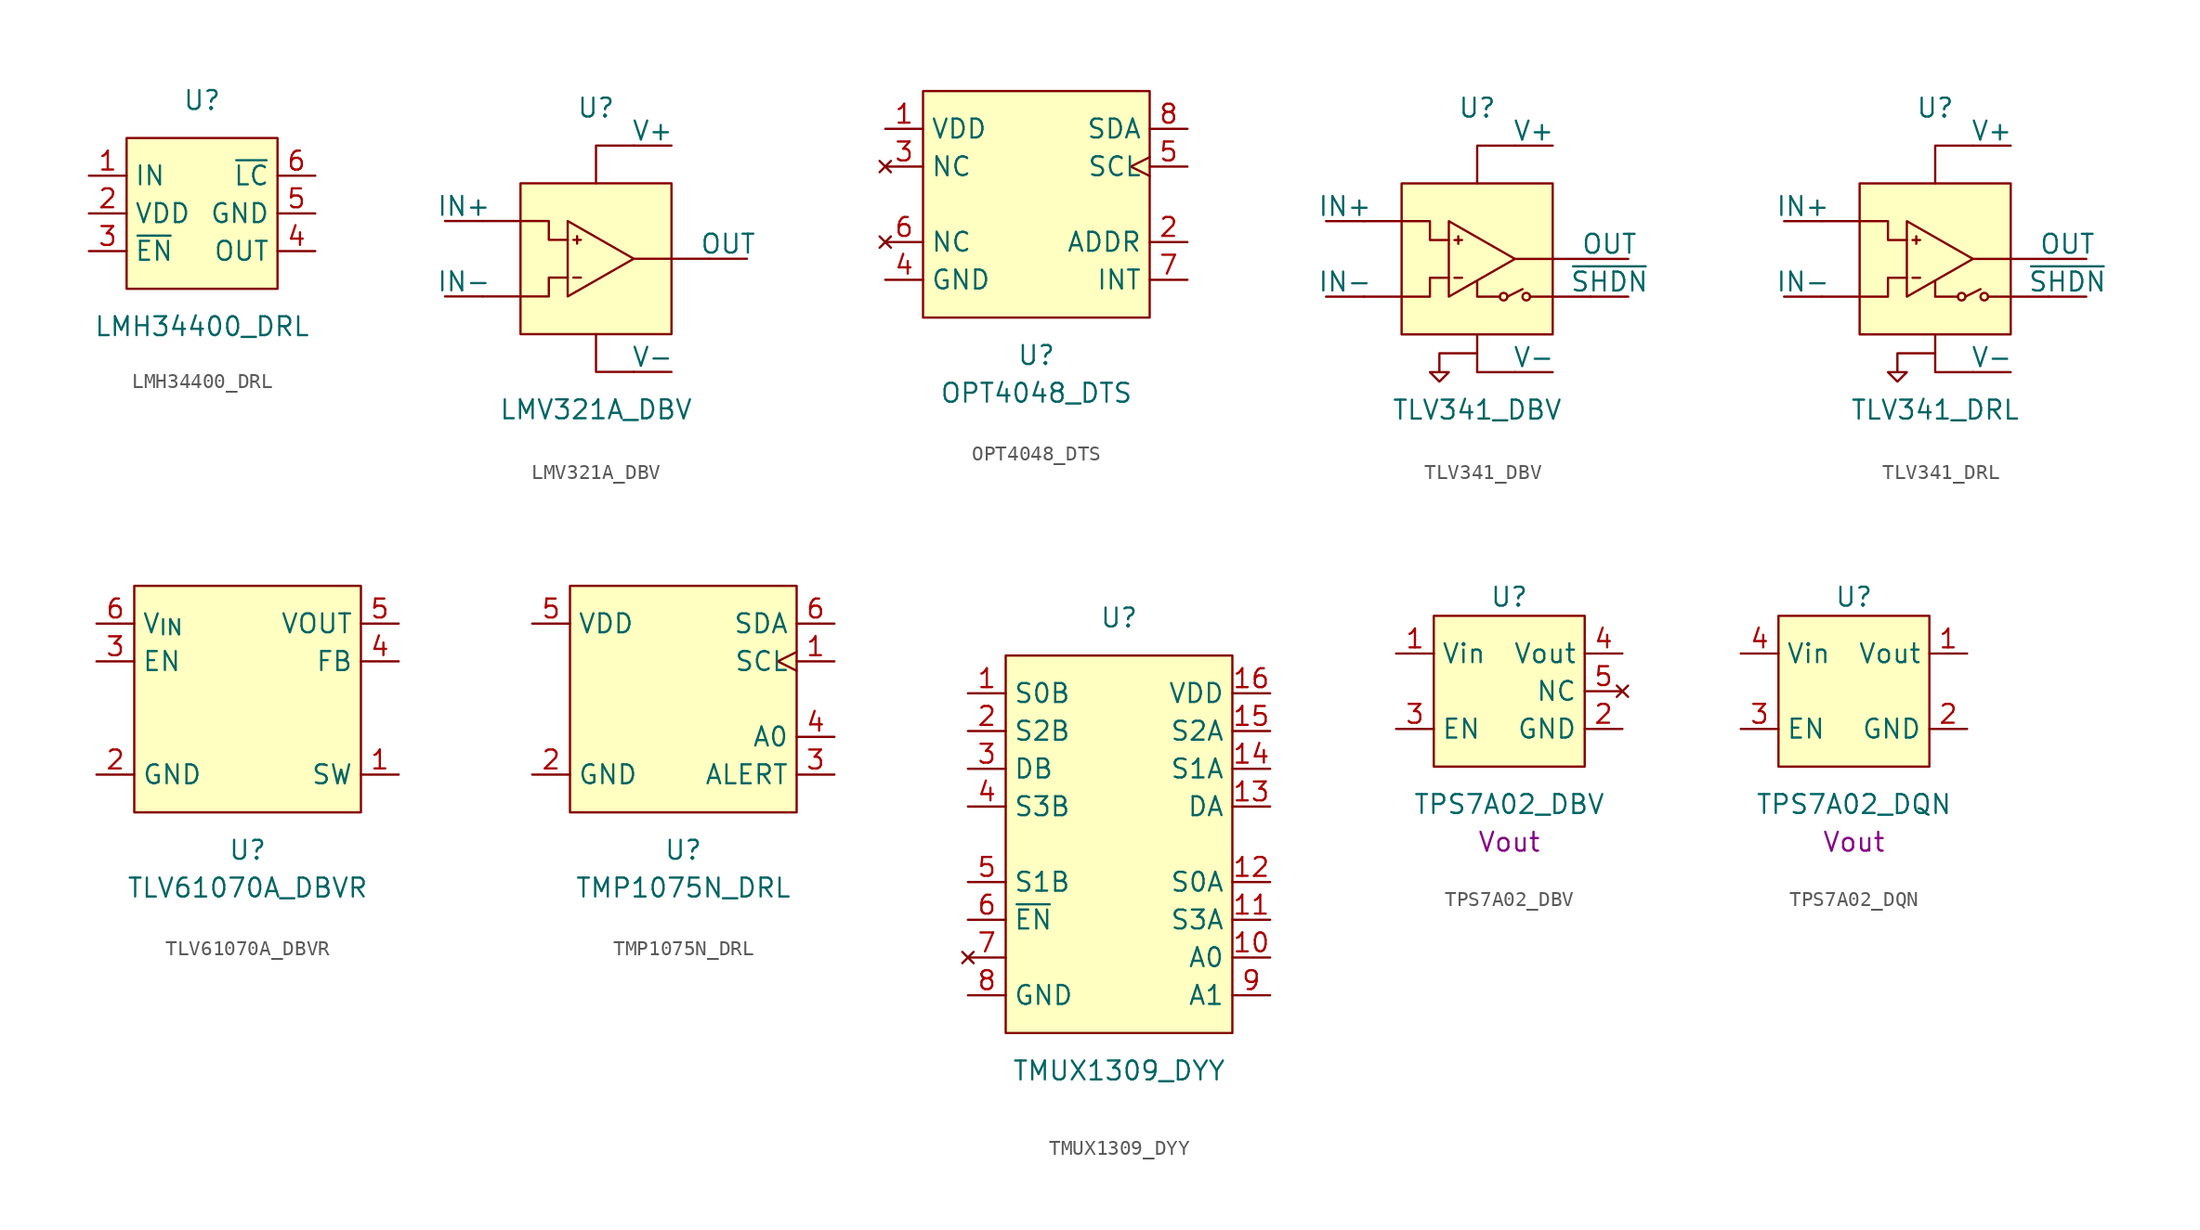
<source format=kicad_sym>
(kicad_symbol_lib
  (version 20211014)
  (generator kicad_symbol_editor)
  (symbol "LMH34400_DRL"
    (property "Reference" "U"
      (at 0 7.62 0)
      (effects (font (size 1.27 1.27))))
    (property "Value" "LMH34400_DRL"
      (at 0 -7.62 0)
      (effects (font (size 1.27 1.27))))
    (symbol "LMH34400_DRL_0_1"
      (rectangle (start -5.08 5.08) (end 5.08 -5.08) (stroke (width 0) (type default) (color 0 0 0 0)) (fill (type background))))
    (symbol "LMH34400_DRL_1_1"
      (pin input line (at -7.62 2.54 0) (length 2.54) (name "IN" (effects (font (size 1.27 1.27)))) (number "1" (effects (font (size 1.27 1.27)))))
      (pin power_in line (at -7.62 0 0) (length 2.54) (name "VDD" (effects (font (size 1.27 1.27)))) (number "2" (effects (font (size 1.27 1.27)))))
      (pin tri_state line (at -7.62 -2.54 0) (length 2.54) (name "~{EN}" (effects (font (size 1.27 1.27)))) (number "3" (effects (font (size 1.27 1.27)))))
      (pin output line (at 7.62 -2.54 180) (length 2.54) (name "OUT" (effects (font (size 1.27 1.27)))) (number "4" (effects (font (size 1.27 1.27)))))
      (pin passive line (at 7.62 0 180) (length 2.54) (name "GND" (effects (font (size 1.27 1.27)))) (number "5" (effects (font (size 1.27 1.27)))))
      (pin input line (at 7.62 2.54 180) (length 2.54) (name "~{LC}" (effects (font (size 1.27 1.27)))) (number "6" (effects (font (size 1.27 1.27)))))))
  (symbol "LMV321A_DBV"
    (pin_numbers hide)
    (pin_names
      (offset 0))
    (property "Reference" "U"
      (at 0 10.16 0)
      (effects (font (size 1.27 1.27))))
    (property "Value" "LMV321A_DBV"
      (at 0 -10.16 0)
      (effects (font (size 1.27 1.27))))
    (symbol "LMV321A_DBV_0_1"
      (rectangle (start -5.08 5.08) (end 5.08 -5.08) (stroke (width 0) (type default) (color 0 0 0 0)) (fill (type background)))
      (polyline (pts (xy -1.524 -1.27) (xy -1.016 -1.27)) (stroke (width 0) (type default) (color 0 0 0 0)) (fill (type none)))
      (polyline (pts (xy -1.524 1.27) (xy -1.016 1.27)) (stroke (width 0) (type default) (color 0 0 0 0)) (fill (type none)))
      (polyline (pts (xy -1.27 1.016) (xy -1.27 1.524)) (stroke (width 0) (type default) (color 0 0 0 0)) (fill (type none)))
      (polyline (pts (xy 2.54 0) (xy 7.62 0)) (stroke (width 0) (type default) (color 0 0 0 0)) (fill (type none)))
      (polyline (pts (xy 2.54 -7.62) (xy 0 -7.62) (xy 0 -5.08)) (stroke (width 0) (type default) (color 0 0 0 0)) (fill (type none)))
      (polyline (pts (xy 2.54 7.62) (xy 0 7.62) (xy 0 5.08)) (stroke (width 0) (type default) (color 0 0 0 0)) (fill (type none)))
      (polyline (pts (xy -7.62 -2.54) (xy -3.175 -2.54) (xy -3.175 -1.27) (xy -1.905 -1.27)) (stroke (width 0) (type default) (color 0 0 0 0)) (fill (type none)))
      (polyline (pts (xy -7.62 2.54) (xy -3.175 2.54) (xy -3.175 1.27) (xy -1.905 1.27)) (stroke (width 0) (type default) (color 0 0 0 0)) (fill (type none)))
      (polyline (pts (xy -1.905 2.54) (xy -1.905 -2.54) (xy 2.54 0) (xy -1.905 2.54)) (stroke (width 0) (type default) (color 0 0 0 0)) (fill (type none))))
    (symbol "LMV321A_DBV_1_1"
      (pin bidirectional line (at 10.16 0 180) (length 2.54) (name "OUT" (effects (font (size 1.27 1.27)))) (number "1" (effects (font (size 1.27 1.27)))))
      (pin bidirectional line (at 5.08 -7.62 180) (length 2.54) (name "V-" (effects (font (size 1.27 1.27)))) (number "2" (effects (font (size 1.27 1.27)))))
      (pin bidirectional line (at -10.16 2.54 0) (length 2.54) (name "IN+" (effects (font (size 1.27 1.27)))) (number "3" (effects (font (size 1.27 1.27)))))
      (pin bidirectional line (at -10.16 -2.54 0) (length 2.54) (name "IN-" (effects (font (size 1.27 1.27)))) (number "4" (effects (font (size 1.27 1.27)))))
      (pin bidirectional line (at 5.08 7.62 180) (length 2.54) (name "V+" (effects (font (size 1.27 1.27)))) (number "5" (effects (font (size 1.27 1.27)))))))
  (symbol "OPT4048_DTS"
    (property "Reference" "U"
      (at 0 -10.16 0)
      (effects (font (size 1.27 1.27))))
    (property "Value" "OPT4048_DTS"
      (at 0 -12.7 0)
      (effects (font (size 1.27 1.27))))
    (symbol "OPT4048_DTS_0_1"
      (rectangle (start -7.62 7.62) (end 7.62 -7.62) (stroke (width 0) (type default) (color 0 0 0 0)) (fill (type background))))
    (symbol "OPT4048_DTS_1_1"
      (pin power_in line (at -10.16 5.08 0) (length 2.54) (name "VDD" (effects (font (size 1.27 1.27)))) (number "1" (effects (font (size 1.27 1.27)))))
      (pin input line (at 10.16 -2.54 180) (length 2.54) (name "ADDR" (effects (font (size 1.27 1.27)))) (number "2" (effects (font (size 1.27 1.27)))))
      (pin no_connect line (at -10.16 2.54 0) (length 2.54) (name "NC" (effects (font (size 1.27 1.27)))) (number "3" (effects (font (size 1.27 1.27)))))
      (pin passive line (at -10.16 -5.08 0) (length 2.54) (name "GND" (effects (font (size 1.27 1.27)))) (number "4" (effects (font (size 1.27 1.27)))))
      (pin input clock (at 10.16 2.54 180) (length 2.54) (name "SCL" (effects (font (size 1.27 1.27)))) (number "5" (effects (font (size 1.27 1.27)))))
      (pin no_connect line (at -10.16 -2.54 0) (length 2.54) (name "NC" (effects (font (size 1.27 1.27)))) (number "6" (effects (font (size 1.27 1.27)))))
      (pin input line (at 10.16 -5.08 180) (length 2.54) (name "INT" (effects (font (size 1.27 1.27)))) (number "7" (effects (font (size 1.27 1.27)))))
      (pin bidirectional line (at 10.16 5.08 180) (length 2.54) (name "SDA" (effects (font (size 1.27 1.27)))) (number "8" (effects (font (size 1.27 1.27)))))))
  (symbol "TLV341_DBV"
    (pin_numbers hide)
    (pin_names
      (offset 0))
    (property "Reference" "U"
      (at 0 10.16 0)
      (effects (font (size 1.27 1.27))))
    (property "Value" "TLV341_DBV"
      (at 0 -10.16 0)
      (effects (font (size 1.27 1.27))))
    (symbol "TLV341_DBV_0_1"
      (rectangle (start -5.08 5.08) (end 5.08 -5.08) (stroke (width 0) (type default) (color 0 0 0 0)) (fill (type background)))
      (polyline (pts (xy -1.524 -1.27) (xy -1.016 -1.27)) (stroke (width 0) (type default) (color 0 0 0 0)) (fill (type none)))
      (polyline (pts (xy -1.524 1.27) (xy -1.016 1.27)) (stroke (width 0) (type default) (color 0 0 0 0)) (fill (type none)))
      (polyline (pts (xy -1.27 1.016) (xy -1.27 1.524)) (stroke (width 0) (type default) (color 0 0 0 0)) (fill (type none)))
      (polyline (pts (xy 2.032 -2.54) (xy 3.048 -2.032)) (stroke (width 0) (type default) (color 0 0 0 0)) (fill (type none)))
      (polyline (pts (xy 2.54 0) (xy 7.62 0)) (stroke (width 0) (type default) (color 0 0 0 0)) (fill (type none)))
      (polyline (pts (xy 3.556 -2.54) (xy 7.62 -2.54)) (stroke (width 0) (type default) (color 0 0 0 0)) (fill (type none)))
      (polyline (pts (xy 1.524 -2.54) (xy 0 -2.54) (xy 0 -1.524)) (stroke (width 0) (type default) (color 0 0 0 0)) (fill (type none)))
      (polyline (pts (xy 2.54 -7.62) (xy 0 -7.62) (xy 0 -5.08)) (stroke (width 0) (type default) (color 0 0 0 0)) (fill (type none)))
      (polyline (pts (xy 2.54 7.62) (xy 0 7.62) (xy 0 5.08)) (stroke (width 0) (type default) (color 0 0 0 0)) (fill (type none)))
      (polyline (pts (xy -7.62 -2.54) (xy -3.175 -2.54) (xy -3.175 -1.27) (xy -1.905 -1.27)) (stroke (width 0) (type default) (color 0 0 0 0)) (fill (type none)))
      (polyline (pts (xy -7.62 2.54) (xy -3.175 2.54) (xy -3.175 1.27) (xy -1.905 1.27)) (stroke (width 0) (type default) (color 0 0 0 0)) (fill (type none)))
      (polyline (pts (xy -1.905 2.54) (xy -1.905 -2.54) (xy 2.54 0) (xy -1.905 2.54)) (stroke (width 0) (type default) (color 0 0 0 0)) (fill (type none)))
      (polyline (pts (xy 0 -6.35) (xy -2.54 -6.35) (xy -2.54 -7.62) (xy -1.905 -7.62) (xy -2.54 -8.255) (xy -3.175 -7.62) (xy -2.54 -7.62)) (stroke (width 0) (type default) (color 0 0 0 0)) (fill (type none)))
      (circle (center 1.778 -2.54) (radius 0.254) (stroke (width 0) (type default) (color 0 0 0 0)) (fill (type none)))
      (circle (center 3.302 -2.54) (radius 0.254) (stroke (width 0) (type default) (color 0 0 0 0)) (fill (type none))))
    (symbol "TLV341_DBV_1_1"
      (pin bidirectional line (at -10.16 2.54 0) (length 2.54) (name "IN+" (effects (font (size 1.27 1.27)))) (number "1" (effects (font (size 1.27 1.27)))))
      (pin bidirectional line (at 5.08 -7.62 180) (length 2.54) (name "V-" (effects (font (size 1.27 1.27)))) (number "2" (effects (font (size 1.27 1.27)))))
      (pin bidirectional line (at -10.16 -2.54 0) (length 2.54) (name "IN-" (effects (font (size 1.27 1.27)))) (number "3" (effects (font (size 1.27 1.27)))))
      (pin bidirectional line (at 10.16 0 180) (length 2.54) (name "OUT" (effects (font (size 1.27 1.27)))) (number "4" (effects (font (size 1.27 1.27)))))
      (pin bidirectional line (at 10.16 -2.54 180) (length 2.54) (name "~{SHDN}" (effects (font (size 1.27 1.27)))) (number "5" (effects (font (size 1.27 1.27)))))
      (pin bidirectional line (at 5.08 7.62 180) (length 2.54) (name "V+" (effects (font (size 1.27 1.27)))) (number "6" (effects (font (size 1.27 1.27)))))))
  (symbol "TLV341_DRL"
    (pin_numbers hide)
    (pin_names
      (offset 0))
    (property "Reference" "U"
      (at 0 10.16 0)
      (effects (font (size 1.27 1.27))))
    (property "Value" "TLV341_DRL"
      (at 0 -10.16 0)
      (effects (font (size 1.27 1.27))))
    (symbol "TLV341_DRL_0_1"
      (rectangle (start -5.08 5.08) (end 5.08 -5.08) (stroke (width 0) (type default) (color 0 0 0 0)) (fill (type background)))
      (polyline (pts (xy -1.524 -1.27) (xy -1.016 -1.27)) (stroke (width 0) (type default) (color 0 0 0 0)) (fill (type none)))
      (polyline (pts (xy -1.524 1.27) (xy -1.016 1.27)) (stroke (width 0) (type default) (color 0 0 0 0)) (fill (type none)))
      (polyline (pts (xy -1.27 1.016) (xy -1.27 1.524)) (stroke (width 0) (type default) (color 0 0 0 0)) (fill (type none)))
      (polyline (pts (xy 2.032 -2.54) (xy 3.048 -2.032)) (stroke (width 0) (type default) (color 0 0 0 0)) (fill (type none)))
      (polyline (pts (xy 2.54 0) (xy 7.62 0)) (stroke (width 0) (type default) (color 0 0 0 0)) (fill (type none)))
      (polyline (pts (xy 3.556 -2.54) (xy 7.62 -2.54)) (stroke (width 0) (type default) (color 0 0 0 0)) (fill (type none)))
      (polyline (pts (xy 1.524 -2.54) (xy 0 -2.54) (xy 0 -1.524)) (stroke (width 0) (type default) (color 0 0 0 0)) (fill (type none)))
      (polyline (pts (xy 2.54 -7.62) (xy 0 -7.62) (xy 0 -5.08)) (stroke (width 0) (type default) (color 0 0 0 0)) (fill (type none)))
      (polyline (pts (xy 2.54 7.62) (xy 0 7.62) (xy 0 5.08)) (stroke (width 0) (type default) (color 0 0 0 0)) (fill (type none)))
      (polyline (pts (xy -7.62 -2.54) (xy -3.175 -2.54) (xy -3.175 -1.27) (xy -1.905 -1.27)) (stroke (width 0) (type default) (color 0 0 0 0)) (fill (type none)))
      (polyline (pts (xy -7.62 2.54) (xy -3.175 2.54) (xy -3.175 1.27) (xy -1.905 1.27)) (stroke (width 0) (type default) (color 0 0 0 0)) (fill (type none)))
      (polyline (pts (xy -1.905 2.54) (xy -1.905 -2.54) (xy 2.54 0) (xy -1.905 2.54)) (stroke (width 0) (type default) (color 0 0 0 0)) (fill (type none)))
      (polyline (pts (xy 0 -6.35) (xy -2.54 -6.35) (xy -2.54 -7.62) (xy -1.905 -7.62) (xy -2.54 -8.255) (xy -3.175 -7.62) (xy -2.54 -7.62)) (stroke (width 0) (type default) (color 0 0 0 0)) (fill (type none)))
      (circle (center 1.778 -2.54) (radius 0.254) (stroke (width 0) (type default) (color 0 0 0 0)) (fill (type none)))
      (circle (center 3.302 -2.54) (radius 0.254) (stroke (width 0) (type default) (color 0 0 0 0)) (fill (type none))))
    (symbol "TLV341_DRL_1_1"
      (pin bidirectional line (at 5.08 -7.62 180) (length 2.54) (name "V-" (effects (font (size 1.27 1.27)))) (number "1" (effects (font (size 1.27 1.27)))))
      (pin bidirectional line (at -10.16 2.54 0) (length 2.54) (name "IN+" (effects (font (size 1.27 1.27)))) (number "2" (effects (font (size 1.27 1.27)))))
      (pin bidirectional line (at -10.16 -2.54 0) (length 2.54) (name "IN-" (effects (font (size 1.27 1.27)))) (number "3" (effects (font (size 1.27 1.27)))))
      (pin bidirectional line (at 10.16 0 180) (length 2.54) (name "OUT" (effects (font (size 1.27 1.27)))) (number "4" (effects (font (size 1.27 1.27)))))
      (pin bidirectional line (at 10.16 -2.54 180) (length 2.54) (name "~{SHDN}" (effects (font (size 1.27 1.27)))) (number "5" (effects (font (size 1.27 1.27)))))
      (pin bidirectional line (at 5.08 7.62 180) (length 2.54) (name "V+" (effects (font (size 1.27 1.27)))) (number "6" (effects (font (size 1.27 1.27)))))))
  (symbol "TLV61070A_DBVR"
    (property "Reference" "U"
      (at 0 -10.16 0)
      (effects (font (size 1.27 1.27))))
    (property "Value" "TLV61070A_DBVR"
      (at 0 -12.7 0)
      (effects (font (size 1.27 1.27))))
    (symbol "TLV61070A_DBVR_0_1"
      (rectangle (start -7.62 7.62) (end 7.62 -7.62) (stroke (width 0) (type default) (color 0 0 0 0)) (fill (type background))))
    (symbol "TLV61070A_DBVR_1_1"
      (pin input line (at 10.16 -5.08 180) (length 2.54) (name "SW" (effects (font (size 1.27 1.27)))) (number "1" (effects (font (size 1.27 1.27)))))
      (pin passive line (at -10.16 -5.08 0) (length 2.54) (name "GND" (effects (font (size 1.27 1.27)))) (number "2" (effects (font (size 1.27 1.27)))))
      (pin input line (at -10.16 2.54 0) (length 2.54) (name "EN" (effects (font (size 1.27 1.27)))) (number "3" (effects (font (size 1.27 1.27)))))
      (pin input line (at 10.16 2.54 180) (length 2.54) (name "FB" (effects (font (size 1.27 1.27)))) (number "4" (effects (font (size 1.27 1.27)))))
      (pin power_out line (at 10.16 5.08 180) (length 2.54) (name "VOUT" (effects (font (size 1.27 1.27)))) (number "5" (effects (font (size 1.27 1.27)))))
      (pin power_in line (at -10.16 5.08 0) (length 2.54) (name "V_{IN}" (effects (font (size 1.27 1.27)))) (number "6" (effects (font (size 1.27 1.27)))))))
  (symbol "TMP1075N_DRL"
    (property "Reference" "U"
      (at 0 -10.16 0)
      (effects (font (size 1.27 1.27))))
    (property "Value" "TMP1075N_DRL"
      (at 0 -12.7 0)
      (effects (font (size 1.27 1.27))))
    (symbol "TMP1075N_DRL_0_1"
      (rectangle (start -7.62 7.62) (end 7.62 -7.62) (stroke (width 0) (type default) (color 0 0 0 0)) (fill (type background))))
    (symbol "TMP1075N_DRL_1_1"
      (pin input clock (at 10.16 2.54 180) (length 2.54) (name "SCL" (effects (font (size 1.27 1.27)))) (number "1" (effects (font (size 1.27 1.27)))))
      (pin passive line (at -10.16 -5.08 0) (length 2.54) (name "GND" (effects (font (size 1.27 1.27)))) (number "2" (effects (font (size 1.27 1.27)))))
      (pin output line (at 10.16 -5.08 180) (length 2.54) (name "ALERT" (effects (font (size 1.27 1.27)))) (number "3" (effects (font (size 1.27 1.27)))))
      (pin input line (at 10.16 -2.54 180) (length 2.54) (name "A0" (effects (font (size 1.27 1.27)))) (number "4" (effects (font (size 1.27 1.27)))))
      (pin power_in line (at -10.16 5.08 0) (length 2.54) (name "VDD" (effects (font (size 1.27 1.27)))) (number "5" (effects (font (size 1.27 1.27)))))
      (pin bidirectional line (at 10.16 5.08 180) (length 2.54) (name "SDA" (effects (font (size 1.27 1.27)))) (number "6" (effects (font (size 1.27 1.27)))))))
  (symbol "TMUX1309_DYY"
    (property "Reference" "U"
      (at 0 15.24 0)
      (effects (font (size 1.27 1.27))))
    (property "Value" "TMUX1309_DYY"
      (at 0 -15.24 0)
      (effects (font (size 1.27 1.27))))
    (symbol "TMUX1309_DYY_0_1"
      (rectangle (start -7.62 12.7) (end 7.62 -12.7) (stroke (width 0) (type default) (color 0 0 0 0)) (fill (type background))))
    (symbol "TMUX1309_DYY_1_1"
      (pin bidirectional line (at -10.16 10.16 0) (length 2.54) (name "S0B" (effects (font (size 1.27 1.27)))) (number "1" (effects (font (size 1.27 1.27)))))
      (pin bidirectional line (at 10.16 -7.62 180) (length 2.54) (name "A0" (effects (font (size 1.27 1.27)))) (number "10" (effects (font (size 1.27 1.27)))))
      (pin bidirectional line (at 10.16 -5.08 180) (length 2.54) (name "S3A" (effects (font (size 1.27 1.27)))) (number "11" (effects (font (size 1.27 1.27)))))
      (pin bidirectional line (at 10.16 -2.54 180) (length 2.54) (name "S0A" (effects (font (size 1.27 1.27)))) (number "12" (effects (font (size 1.27 1.27)))))
      (pin bidirectional line (at 10.16 2.54 180) (length 2.54) (name "DA" (effects (font (size 1.27 1.27)))) (number "13" (effects (font (size 1.27 1.27)))))
      (pin bidirectional line (at 10.16 5.08 180) (length 2.54) (name "S1A" (effects (font (size 1.27 1.27)))) (number "14" (effects (font (size 1.27 1.27)))))
      (pin bidirectional line (at 10.16 7.62 180) (length 2.54) (name "S2A" (effects (font (size 1.27 1.27)))) (number "15" (effects (font (size 1.27 1.27)))))
      (pin power_in line (at 10.16 10.16 180) (length 2.54) (name "VDD" (effects (font (size 1.27 1.27)))) (number "16" (effects (font (size 1.27 1.27)))))
      (pin bidirectional line (at -10.16 7.62 0) (length 2.54) (name "S2B" (effects (font (size 1.27 1.27)))) (number "2" (effects (font (size 1.27 1.27)))))
      (pin bidirectional line (at -10.16 5.08 0) (length 2.54) (name "DB" (effects (font (size 1.27 1.27)))) (number "3" (effects (font (size 1.27 1.27)))))
      (pin bidirectional line (at -10.16 2.54 0) (length 2.54) (name "S3B" (effects (font (size 1.27 1.27)))) (number "4" (effects (font (size 1.27 1.27)))))
      (pin bidirectional line (at -10.16 -2.54 0) (length 2.54) (name "S1B" (effects (font (size 1.27 1.27)))) (number "5" (effects (font (size 1.27 1.27)))))
      (pin bidirectional line (at -10.16 -5.08 0) (length 2.54) (name "~{EN}" (effects (font (size 1.27 1.27)))) (number "6" (effects (font (size 1.27 1.27)))))
      (pin no_connect line (at -10.16 -7.62 0) (length 2.54) (name "" (effects (font (size 1.27 1.27)))) (number "7" (effects (font (size 1.27 1.27)))))
      (pin passive line (at -10.16 -10.16 0) (length 2.54) (name "GND" (effects (font (size 1.27 1.27)))) (number "8" (effects (font (size 1.27 1.27)))))
      (pin bidirectional line (at 10.16 -10.16 180) (length 2.54) (name "A1" (effects (font (size 1.27 1.27)))) (number "9" (effects (font (size 1.27 1.27)))))))
  (symbol "TPS7A02_DBV"
    (property "Reference" "U"
      (at 0 6.35 0)
      (effects (font (size 1.27 1.27))))
    (property "Value" "TPS7A02_DBV"
      (at 0 -7.62 0)
      (effects (font (size 1.27 1.27))))
    (property "Output" "Vout"
      (at 0 -10.16 0)
      (effects (font (size 1.27 1.27))))
    (symbol "TPS7A02_DBV_0_1"
      (rectangle (start -5.08 5.08) (end 5.08 -5.08) (stroke (width 0) (type default) (color 0 0 0 0)) (fill (type background))))
    (symbol "TPS7A02_DBV_1_1"
      (pin power_in line (at -7.62 2.54 0) (length 2.54) (name "Vin" (effects (font (size 1.27 1.27)))) (number "1" (effects (font (size 1.27 1.27)))))
      (pin passive line (at 7.62 -2.54 180) (length 2.54) (name "GND" (effects (font (size 1.27 1.27)))) (number "2" (effects (font (size 1.27 1.27)))))
      (pin input line (at -7.62 -2.54 0) (length 2.54) (name "EN" (effects (font (size 1.27 1.27)))) (number "3" (effects (font (size 1.27 1.27)))))
      (pin power_out line (at 7.62 2.54 180) (length 2.54) (name "Vout" (effects (font (size 1.27 1.27)))) (number "4" (effects (font (size 1.27 1.27)))))
      (pin no_connect line (at 7.62 0 180) (length 2.54) (name "NC" (effects (font (size 1.27 1.27)))) (number "5" (effects (font (size 1.27 1.27)))))))
  (symbol "TPS7A02_DQN"
    (property "Reference" "U"
      (at 0 6.35 0)
      (effects (font (size 1.27 1.27))))
    (property "Value" "TPS7A02_DQN"
      (at 0 -7.62 0)
      (effects (font (size 1.27 1.27))))
    (property "Output" "Vout"
      (at 0 -10.16 0)
      (effects (font (size 1.27 1.27))))
    (symbol "TPS7A02_DQN_0_1"
      (rectangle (start -5.08 5.08) (end 5.08 -5.08) (stroke (width 0) (type default) (color 0 0 0 0)) (fill (type background))))
    (symbol "TPS7A02_DQN_1_1"
      (pin power_out line (at 7.62 2.54 180) (length 2.54) (name "Vout" (effects (font (size 1.27 1.27)))) (number "1" (effects (font (size 1.27 1.27)))))
      (pin passive line (at 7.62 -2.54 180) (length 2.54) (name "GND" (effects (font (size 1.27 1.27)))) (number "2" (effects (font (size 1.27 1.27)))))
      (pin input line (at -7.62 -2.54 0) (length 2.54) (name "EN" (effects (font (size 1.27 1.27)))) (number "3" (effects (font (size 1.27 1.27)))))
      (pin power_in line (at -7.62 2.54 0) (length 2.54) (name "Vin" (effects (font (size 1.27 1.27)))) (number "4" (effects (font (size 1.27 1.27))))))))
</source>
